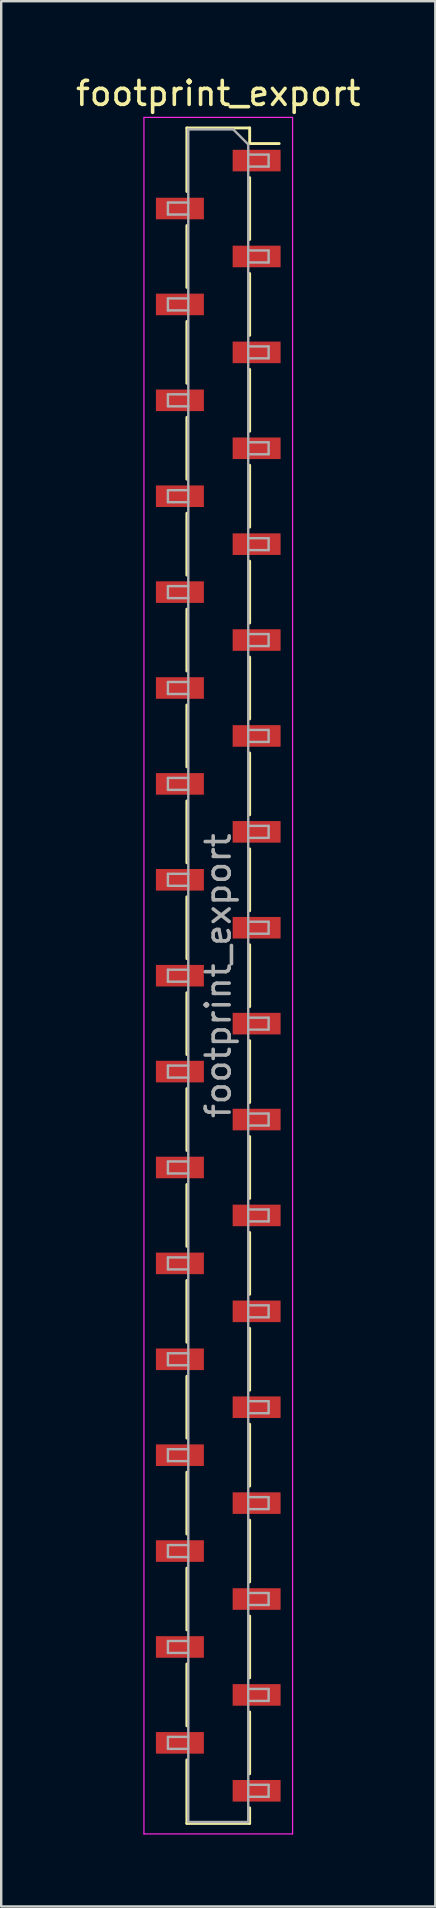
<source format=kicad_pcb>
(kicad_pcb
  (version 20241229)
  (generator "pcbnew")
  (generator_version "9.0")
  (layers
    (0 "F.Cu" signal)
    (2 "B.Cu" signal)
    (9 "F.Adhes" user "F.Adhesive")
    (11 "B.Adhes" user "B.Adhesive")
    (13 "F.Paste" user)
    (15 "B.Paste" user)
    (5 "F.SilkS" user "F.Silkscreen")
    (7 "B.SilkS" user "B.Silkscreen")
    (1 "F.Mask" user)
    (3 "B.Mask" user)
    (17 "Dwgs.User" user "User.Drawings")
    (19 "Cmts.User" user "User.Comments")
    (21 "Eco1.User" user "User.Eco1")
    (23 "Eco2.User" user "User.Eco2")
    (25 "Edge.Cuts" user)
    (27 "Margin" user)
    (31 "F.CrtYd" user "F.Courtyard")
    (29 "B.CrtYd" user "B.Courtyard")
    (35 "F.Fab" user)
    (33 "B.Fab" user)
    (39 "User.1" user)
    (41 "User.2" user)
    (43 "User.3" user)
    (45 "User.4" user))
  (footprint "footprint_export"
    (layer "F.Cu")
    (at 6.054 37.648)
    (property "Reference" "footprint_export" (at 0 -36.8 0) (layer "F.SilkS") (effects (font (size 1 1) (thickness 0.15))))
    (attr smd)
    (fp_line (start -1.31 -35.36) (end -1.31 -32.71) (stroke (width 0.12) (type solid)) (layer "F.SilkS"))
    (fp_line (start -1.31 -35.36) (end 1.31 -35.36) (stroke (width 0.12) (type solid)) (layer "F.SilkS"))
    (fp_line (start -1.31 -31.29) (end -1.31 -28.71) (stroke (width 0.12) (type solid)) (layer "F.SilkS"))
    (fp_line (start -1.31 -27.29) (end -1.31 -24.71) (stroke (width 0.12) (type solid)) (layer "F.SilkS"))
    (fp_line (start -1.31 -23.29) (end -1.31 -20.71) (stroke (width 0.12) (type solid)) (layer "F.SilkS"))
    (fp_line (start -1.31 -19.29) (end -1.31 -16.71) (stroke (width 0.12) (type solid)) (layer "F.SilkS"))
    (fp_line (start -1.31 -15.29) (end -1.31 -12.71) (stroke (width 0.12) (type solid)) (layer "F.SilkS"))
    (fp_line (start -1.31 -11.29) (end -1.31 -8.71) (stroke (width 0.12) (type solid)) (layer "F.SilkS"))
    (fp_line (start -1.31 -7.29) (end -1.31 -4.71) (stroke (width 0.12) (type solid)) (layer "F.SilkS"))
    (fp_line (start -1.31 -3.29) (end -1.31 -0.71) (stroke (width 0.12) (type solid)) (layer "F.SilkS"))
    (fp_line (start -1.31 0.71) (end -1.31 3.29) (stroke (width 0.12) (type solid)) (layer "F.SilkS"))
    (fp_line (start -1.31 4.71) (end -1.31 7.29) (stroke (width 0.12) (type solid)) (layer "F.SilkS"))
    (fp_line (start -1.31 8.71) (end -1.31 11.29) (stroke (width 0.12) (type solid)) (layer "F.SilkS"))
    (fp_line (start -1.31 12.71) (end -1.31 15.29) (stroke (width 0.12) (type solid)) (layer "F.SilkS"))
    (fp_line (start -1.31 16.71) (end -1.31 19.29) (stroke (width 0.12) (type solid)) (layer "F.SilkS"))
    (fp_line (start -1.31 20.71) (end -1.31 23.29) (stroke (width 0.12) (type solid)) (layer "F.SilkS"))
    (fp_line (start -1.31 24.71) (end -1.31 27.29) (stroke (width 0.12) (type solid)) (layer "F.SilkS"))
    (fp_line (start -1.31 28.71) (end -1.31 31.29) (stroke (width 0.12) (type solid)) (layer "F.SilkS"))
    (fp_line (start -1.31 32.71) (end -1.31 35.36) (stroke (width 0.12) (type solid)) (layer "F.SilkS"))
    (fp_line (start -1.31 35.36) (end 1.31 35.36) (stroke (width 0.12) (type solid)) (layer "F.SilkS"))
    (fp_line (start 1.31 -35.36) (end 1.31 -34.71) (stroke (width 0.12) (type solid)) (layer "F.SilkS"))
    (fp_line (start 1.31 -34.71) (end 2.54 -34.71) (stroke (width 0.12) (type solid)) (layer "F.SilkS"))
    (fp_line (start 1.31 -33.29) (end 1.31 -30.71) (stroke (width 0.12) (type solid)) (layer "F.SilkS"))
    (fp_line (start 1.31 -29.29) (end 1.31 -26.71) (stroke (width 0.12) (type solid)) (layer "F.SilkS"))
    (fp_line (start 1.31 -25.29) (end 1.31 -22.71) (stroke (width 0.12) (type solid)) (layer "F.SilkS"))
    (fp_line (start 1.31 -21.29) (end 1.31 -18.71) (stroke (width 0.12) (type solid)) (layer "F.SilkS"))
    (fp_line (start 1.31 -17.29) (end 1.31 -14.71) (stroke (width 0.12) (type solid)) (layer "F.SilkS"))
    (fp_line (start 1.31 -13.29) (end 1.31 -10.71) (stroke (width 0.12) (type solid)) (layer "F.SilkS"))
    (fp_line (start 1.31 -9.29) (end 1.31 -6.71) (stroke (width 0.12) (type solid)) (layer "F.SilkS"))
    (fp_line (start 1.31 -5.29) (end 1.31 -2.71) (stroke (width 0.12) (type solid)) (layer "F.SilkS"))
    (fp_line (start 1.31 -1.29) (end 1.31 1.29) (stroke (width 0.12) (type solid)) (layer "F.SilkS"))
    (fp_line (start 1.31 2.71) (end 1.31 5.29) (stroke (width 0.12) (type solid)) (layer "F.SilkS"))
    (fp_line (start 1.31 6.71) (end 1.31 9.29) (stroke (width 0.12) (type solid)) (layer "F.SilkS"))
    (fp_line (start 1.31 10.71) (end 1.31 13.29) (stroke (width 0.12) (type solid)) (layer "F.SilkS"))
    (fp_line (start 1.31 14.71) (end 1.31 17.29) (stroke (width 0.12) (type solid)) (layer "F.SilkS"))
    (fp_line (start 1.31 18.71) (end 1.31 21.29) (stroke (width 0.12) (type solid)) (layer "F.SilkS"))
    (fp_line (start 1.31 22.71) (end 1.31 25.29) (stroke (width 0.12) (type solid)) (layer "F.SilkS"))
    (fp_line (start 1.31 26.71) (end 1.31 29.29) (stroke (width 0.12) (type solid)) (layer "F.SilkS"))
    (fp_line (start 1.31 30.71) (end 1.31 33.29) (stroke (width 0.12) (type solid)) (layer "F.SilkS"))
    (fp_line (start 1.31 34.71) (end 1.31 35.36) (stroke (width 0.12) (type solid)) (layer "F.SilkS"))
    (fp_line (start -3.1 -35.8) (end 3.1 -35.8) (stroke (width 0.05) (type solid)) (layer "F.CrtYd"))
    (fp_line (start -3.1 35.8) (end -3.1 -35.8) (stroke (width 0.05) (type solid)) (layer "F.CrtYd"))
    (fp_line (start 3.1 -35.8) (end 3.1 35.8) (stroke (width 0.05) (type solid)) (layer "F.CrtYd"))
    (fp_line (start 3.1 35.8) (end -3.1 35.8) (stroke (width 0.05) (type solid)) (layer "F.CrtYd"))
    (fp_line (start -2.1 -32.25) (end -1.25 -32.25) (stroke (width 0.1) (type solid)) (layer "F.Fab"))
    (fp_line (start -2.1 -31.75) (end -2.1 -32.25) (stroke (width 0.1) (type solid)) (layer "F.Fab"))
    (fp_line (start -2.1 -28.25) (end -1.25 -28.25) (stroke (width 0.1) (type solid)) (layer "F.Fab"))
    (fp_line (start -2.1 -27.75) (end -2.1 -28.25) (stroke (width 0.1) (type solid)) (layer "F.Fab"))
    (fp_line (start -2.1 -24.25) (end -1.25 -24.25) (stroke (width 0.1) (type solid)) (layer "F.Fab"))
    (fp_line (start -2.1 -23.75) (end -2.1 -24.25) (stroke (width 0.1) (type solid)) (layer "F.Fab"))
    (fp_line (start -2.1 -20.25) (end -1.25 -20.25) (stroke (width 0.1) (type solid)) (layer "F.Fab"))
    (fp_line (start -2.1 -19.75) (end -2.1 -20.25) (stroke (width 0.1) (type solid)) (layer "F.Fab"))
    (fp_line (start -2.1 -16.25) (end -1.25 -16.25) (stroke (width 0.1) (type solid)) (layer "F.Fab"))
    (fp_line (start -2.1 -15.75) (end -2.1 -16.25) (stroke (width 0.1) (type solid)) (layer "F.Fab"))
    (fp_line (start -2.1 -12.25) (end -1.25 -12.25) (stroke (width 0.1) (type solid)) (layer "F.Fab"))
    (fp_line (start -2.1 -11.75) (end -2.1 -12.25) (stroke (width 0.1) (type solid)) (layer "F.Fab"))
    (fp_line (start -2.1 -8.25) (end -1.25 -8.25) (stroke (width 0.1) (type solid)) (layer "F.Fab"))
    (fp_line (start -2.1 -7.75) (end -2.1 -8.25) (stroke (width 0.1) (type solid)) (layer "F.Fab"))
    (fp_line (start -2.1 -4.25) (end -1.25 -4.25) (stroke (width 0.1) (type solid)) (layer "F.Fab"))
    (fp_line (start -2.1 -3.75) (end -2.1 -4.25) (stroke (width 0.1) (type solid)) (layer "F.Fab"))
    (fp_line (start -2.1 -0.25) (end -1.25 -0.25) (stroke (width 0.1) (type solid)) (layer "F.Fab"))
    (fp_line (start -2.1 0.25) (end -2.1 -0.25) (stroke (width 0.1) (type solid)) (layer "F.Fab"))
    (fp_line (start -2.1 3.75) (end -1.25 3.75) (stroke (width 0.1) (type solid)) (layer "F.Fab"))
    (fp_line (start -2.1 4.25) (end -2.1 3.75) (stroke (width 0.1) (type solid)) (layer "F.Fab"))
    (fp_line (start -2.1 7.75) (end -1.25 7.75) (stroke (width 0.1) (type solid)) (layer "F.Fab"))
    (fp_line (start -2.1 8.25) (end -2.1 7.75) (stroke (width 0.1) (type solid)) (layer "F.Fab"))
    (fp_line (start -2.1 11.75) (end -1.25 11.75) (stroke (width 0.1) (type solid)) (layer "F.Fab"))
    (fp_line (start -2.1 12.25) (end -2.1 11.75) (stroke (width 0.1) (type solid)) (layer "F.Fab"))
    (fp_line (start -2.1 15.75) (end -1.25 15.75) (stroke (width 0.1) (type solid)) (layer "F.Fab"))
    (fp_line (start -2.1 16.25) (end -2.1 15.75) (stroke (width 0.1) (type solid)) (layer "F.Fab"))
    (fp_line (start -2.1 19.75) (end -1.25 19.75) (stroke (width 0.1) (type solid)) (layer "F.Fab"))
    (fp_line (start -2.1 20.25) (end -2.1 19.75) (stroke (width 0.1) (type solid)) (layer "F.Fab"))
    (fp_line (start -2.1 23.75) (end -1.25 23.75) (stroke (width 0.1) (type solid)) (layer "F.Fab"))
    (fp_line (start -2.1 24.25) (end -2.1 23.75) (stroke (width 0.1) (type solid)) (layer "F.Fab"))
    (fp_line (start -2.1 27.75) (end -1.25 27.75) (stroke (width 0.1) (type solid)) (layer "F.Fab"))
    (fp_line (start -2.1 28.25) (end -2.1 27.75) (stroke (width 0.1) (type solid)) (layer "F.Fab"))
    (fp_line (start -2.1 31.75) (end -1.25 31.75) (stroke (width 0.1) (type solid)) (layer "F.Fab"))
    (fp_line (start -2.1 32.25) (end -2.1 31.75) (stroke (width 0.1) (type solid)) (layer "F.Fab"))
    (fp_line (start -1.25 -35.3) (end 0.625 -35.3) (stroke (width 0.1) (type solid)) (layer "F.Fab"))
    (fp_line (start -1.25 -31.75) (end -2.1 -31.75) (stroke (width 0.1) (type solid)) (layer "F.Fab"))
    (fp_line (start -1.25 -27.75) (end -2.1 -27.75) (stroke (width 0.1) (type solid)) (layer "F.Fab"))
    (fp_line (start -1.25 -23.75) (end -2.1 -23.75) (stroke (width 0.1) (type solid)) (layer "F.Fab"))
    (fp_line (start -1.25 -19.75) (end -2.1 -19.75) (stroke (width 0.1) (type solid)) (layer "F.Fab"))
    (fp_line (start -1.25 -15.75) (end -2.1 -15.75) (stroke (width 0.1) (type solid)) (layer "F.Fab"))
    (fp_line (start -1.25 -11.75) (end -2.1 -11.75) (stroke (width 0.1) (type solid)) (layer "F.Fab"))
    (fp_line (start -1.25 -7.75) (end -2.1 -7.75) (stroke (width 0.1) (type solid)) (layer "F.Fab"))
    (fp_line (start -1.25 -3.75) (end -2.1 -3.75) (stroke (width 0.1) (type solid)) (layer "F.Fab"))
    (fp_line (start -1.25 0.25) (end -2.1 0.25) (stroke (width 0.1) (type solid)) (layer "F.Fab"))
    (fp_line (start -1.25 4.25) (end -2.1 4.25) (stroke (width 0.1) (type solid)) (layer "F.Fab"))
    (fp_line (start -1.25 8.25) (end -2.1 8.25) (stroke (width 0.1) (type solid)) (layer "F.Fab"))
    (fp_line (start -1.25 12.25) (end -2.1 12.25) (stroke (width 0.1) (type solid)) (layer "F.Fab"))
    (fp_line (start -1.25 16.25) (end -2.1 16.25) (stroke (width 0.1) (type solid)) (layer "F.Fab"))
    (fp_line (start -1.25 20.25) (end -2.1 20.25) (stroke (width 0.1) (type solid)) (layer "F.Fab"))
    (fp_line (start -1.25 24.25) (end -2.1 24.25) (stroke (width 0.1) (type solid)) (layer "F.Fab"))
    (fp_line (start -1.25 28.25) (end -2.1 28.25) (stroke (width 0.1) (type solid)) (layer "F.Fab"))
    (fp_line (start -1.25 32.25) (end -2.1 32.25) (stroke (width 0.1) (type solid)) (layer "F.Fab"))
    (fp_line (start -1.25 35.3) (end -1.25 -35.3) (stroke (width 0.1) (type solid)) (layer "F.Fab"))
    (fp_line (start 0.625 -35.3) (end 1.25 -34.675) (stroke (width 0.1) (type solid)) (layer "F.Fab"))
    (fp_line (start 1.25 -34.675) (end 1.25 35.3) (stroke (width 0.1) (type solid)) (layer "F.Fab"))
    (fp_line (start 1.25 -34.25) (end 2.1 -34.25) (stroke (width 0.1) (type solid)) (layer "F.Fab"))
    (fp_line (start 1.25 -30.25) (end 2.1 -30.25) (stroke (width 0.1) (type solid)) (layer "F.Fab"))
    (fp_line (start 1.25 -26.25) (end 2.1 -26.25) (stroke (width 0.1) (type solid)) (layer "F.Fab"))
    (fp_line (start 1.25 -22.25) (end 2.1 -22.25) (stroke (width 0.1) (type solid)) (layer "F.Fab"))
    (fp_line (start 1.25 -18.25) (end 2.1 -18.25) (stroke (width 0.1) (type solid)) (layer "F.Fab"))
    (fp_line (start 1.25 -14.25) (end 2.1 -14.25) (stroke (width 0.1) (type solid)) (layer "F.Fab"))
    (fp_line (start 1.25 -10.25) (end 2.1 -10.25) (stroke (width 0.1) (type solid)) (layer "F.Fab"))
    (fp_line (start 1.25 -6.25) (end 2.1 -6.25) (stroke (width 0.1) (type solid)) (layer "F.Fab"))
    (fp_line (start 1.25 -2.25) (end 2.1 -2.25) (stroke (width 0.1) (type solid)) (layer "F.Fab"))
    (fp_line (start 1.25 1.75) (end 2.1 1.75) (stroke (width 0.1) (type solid)) (layer "F.Fab"))
    (fp_line (start 1.25 5.75) (end 2.1 5.75) (stroke (width 0.1) (type solid)) (layer "F.Fab"))
    (fp_line (start 1.25 9.75) (end 2.1 9.75) (stroke (width 0.1) (type solid)) (layer "F.Fab"))
    (fp_line (start 1.25 13.75) (end 2.1 13.75) (stroke (width 0.1) (type solid)) (layer "F.Fab"))
    (fp_line (start 1.25 17.75) (end 2.1 17.75) (stroke (width 0.1) (type solid)) (layer "F.Fab"))
    (fp_line (start 1.25 21.75) (end 2.1 21.75) (stroke (width 0.1) (type solid)) (layer "F.Fab"))
    (fp_line (start 1.25 25.75) (end 2.1 25.75) (stroke (width 0.1) (type solid)) (layer "F.Fab"))
    (fp_line (start 1.25 29.75) (end 2.1 29.75) (stroke (width 0.1) (type solid)) (layer "F.Fab"))
    (fp_line (start 1.25 33.75) (end 2.1 33.75) (stroke (width 0.1) (type solid)) (layer "F.Fab"))
    (fp_line (start 1.25 35.3) (end -1.25 35.3) (stroke (width 0.1) (type solid)) (layer "F.Fab"))
    (fp_line (start 2.1 -34.25) (end 2.1 -33.75) (stroke (width 0.1) (type solid)) (layer "F.Fab"))
    (fp_line (start 2.1 -33.75) (end 1.25 -33.75) (stroke (width 0.1) (type solid)) (layer "F.Fab"))
    (fp_line (start 2.1 -30.25) (end 2.1 -29.75) (stroke (width 0.1) (type solid)) (layer "F.Fab"))
    (fp_line (start 2.1 -29.75) (end 1.25 -29.75) (stroke (width 0.1) (type solid)) (layer "F.Fab"))
    (fp_line (start 2.1 -26.25) (end 2.1 -25.75) (stroke (width 0.1) (type solid)) (layer "F.Fab"))
    (fp_line (start 2.1 -25.75) (end 1.25 -25.75) (stroke (width 0.1) (type solid)) (layer "F.Fab"))
    (fp_line (start 2.1 -22.25) (end 2.1 -21.75) (stroke (width 0.1) (type solid)) (layer "F.Fab"))
    (fp_line (start 2.1 -21.75) (end 1.25 -21.75) (stroke (width 0.1) (type solid)) (layer "F.Fab"))
    (fp_line (start 2.1 -18.25) (end 2.1 -17.75) (stroke (width 0.1) (type solid)) (layer "F.Fab"))
    (fp_line (start 2.1 -17.75) (end 1.25 -17.75) (stroke (width 0.1) (type solid)) (layer "F.Fab"))
    (fp_line (start 2.1 -14.25) (end 2.1 -13.75) (stroke (width 0.1) (type solid)) (layer "F.Fab"))
    (fp_line (start 2.1 -13.75) (end 1.25 -13.75) (stroke (width 0.1) (type solid)) (layer "F.Fab"))
    (fp_line (start 2.1 -10.25) (end 2.1 -9.75) (stroke (width 0.1) (type solid)) (layer "F.Fab"))
    (fp_line (start 2.1 -9.75) (end 1.25 -9.75) (stroke (width 0.1) (type solid)) (layer "F.Fab"))
    (fp_line (start 2.1 -6.25) (end 2.1 -5.75) (stroke (width 0.1) (type solid)) (layer "F.Fab"))
    (fp_line (start 2.1 -5.75) (end 1.25 -5.75) (stroke (width 0.1) (type solid)) (layer "F.Fab"))
    (fp_line (start 2.1 -2.25) (end 2.1 -1.75) (stroke (width 0.1) (type solid)) (layer "F.Fab"))
    (fp_line (start 2.1 -1.75) (end 1.25 -1.75) (stroke (width 0.1) (type solid)) (layer "F.Fab"))
    (fp_line (start 2.1 1.75) (end 2.1 2.25) (stroke (width 0.1) (type solid)) (layer "F.Fab"))
    (fp_line (start 2.1 2.25) (end 1.25 2.25) (stroke (width 0.1) (type solid)) (layer "F.Fab"))
    (fp_line (start 2.1 5.75) (end 2.1 6.25) (stroke (width 0.1) (type solid)) (layer "F.Fab"))
    (fp_line (start 2.1 6.25) (end 1.25 6.25) (stroke (width 0.1) (type solid)) (layer "F.Fab"))
    (fp_line (start 2.1 9.75) (end 2.1 10.25) (stroke (width 0.1) (type solid)) (layer "F.Fab"))
    (fp_line (start 2.1 10.25) (end 1.25 10.25) (stroke (width 0.1) (type solid)) (layer "F.Fab"))
    (fp_line (start 2.1 13.75) (end 2.1 14.25) (stroke (width 0.1) (type solid)) (layer "F.Fab"))
    (fp_line (start 2.1 14.25) (end 1.25 14.25) (stroke (width 0.1) (type solid)) (layer "F.Fab"))
    (fp_line (start 2.1 17.75) (end 2.1 18.25) (stroke (width 0.1) (type solid)) (layer "F.Fab"))
    (fp_line (start 2.1 18.25) (end 1.25 18.25) (stroke (width 0.1) (type solid)) (layer "F.Fab"))
    (fp_line (start 2.1 21.75) (end 2.1 22.25) (stroke (width 0.1) (type solid)) (layer "F.Fab"))
    (fp_line (start 2.1 22.25) (end 1.25 22.25) (stroke (width 0.1) (type solid)) (layer "F.Fab"))
    (fp_line (start 2.1 25.75) (end 2.1 26.25) (stroke (width 0.1) (type solid)) (layer "F.Fab"))
    (fp_line (start 2.1 26.25) (end 1.25 26.25) (stroke (width 0.1) (type solid)) (layer "F.Fab"))
    (fp_line (start 2.1 29.75) (end 2.1 30.25) (stroke (width 0.1) (type solid)) (layer "F.Fab"))
    (fp_line (start 2.1 30.25) (end 1.25 30.25) (stroke (width 0.1) (type solid)) (layer "F.Fab"))
    (fp_line (start 2.1 33.75) (end 2.1 34.25) (stroke (width 0.1) (type solid)) (layer "F.Fab"))
    (fp_line (start 2.1 34.25) (end 1.25 34.25) (stroke (width 0.1) (type solid)) (layer "F.Fab"))
    (fp_text user "${REFERENCE}" (at 0 0 90) (layer "F.Fab") (effects (font (size 1 1) (thickness 0.15))))
    (pad "1" smd rect (at 1.6 -34) (size 2 0.9) (layers "F.Cu" "F.Mask" "F.Paste"))
    (pad "2" smd rect (at -1.6 -32) (size 2 0.9) (layers "F.Cu" "F.Mask" "F.Paste"))
    (pad "3" smd rect (at 1.6 -30) (size 2 0.9) (layers "F.Cu" "F.Mask" "F.Paste"))
    (pad "4" smd rect (at -1.6 -28) (size 2 0.9) (layers "F.Cu" "F.Mask" "F.Paste"))
    (pad "5" smd rect (at 1.6 -26) (size 2 0.9) (layers "F.Cu" "F.Mask" "F.Paste"))
    (pad "6" smd rect (at -1.6 -24) (size 2 0.9) (layers "F.Cu" "F.Mask" "F.Paste"))
    (pad "7" smd rect (at 1.6 -22) (size 2 0.9) (layers "F.Cu" "F.Mask" "F.Paste"))
    (pad "8" smd rect (at -1.6 -20) (size 2 0.9) (layers "F.Cu" "F.Mask" "F.Paste"))
    (pad "9" smd rect (at 1.6 -18) (size 2 0.9) (layers "F.Cu" "F.Mask" "F.Paste"))
    (pad "10" smd rect (at -1.6 -16) (size 2 0.9) (layers "F.Cu" "F.Mask" "F.Paste"))
    (pad "11" smd rect (at 1.6 -14) (size 2 0.9) (layers "F.Cu" "F.Mask" "F.Paste"))
    (pad "12" smd rect (at -1.6 -12) (size 2 0.9) (layers "F.Cu" "F.Mask" "F.Paste"))
    (pad "13" smd rect (at 1.6 -10) (size 2 0.9) (layers "F.Cu" "F.Mask" "F.Paste"))
    (pad "14" smd rect (at -1.6 -8) (size 2 0.9) (layers "F.Cu" "F.Mask" "F.Paste"))
    (pad "15" smd rect (at 1.6 -6) (size 2 0.9) (layers "F.Cu" "F.Mask" "F.Paste"))
    (pad "16" smd rect (at -1.6 -4) (size 2 0.9) (layers "F.Cu" "F.Mask" "F.Paste"))
    (pad "17" smd rect (at 1.6 -2) (size 2 0.9) (layers "F.Cu" "F.Mask" "F.Paste"))
    (pad "18" smd rect (at -1.6 0) (size 2 0.9) (layers "F.Cu" "F.Mask" "F.Paste"))
    (pad "19" smd rect (at 1.6 2) (size 2 0.9) (layers "F.Cu" "F.Mask" "F.Paste"))
    (pad "20" smd rect (at -1.6 4) (size 2 0.9) (layers "F.Cu" "F.Mask" "F.Paste"))
    (pad "21" smd rect (at 1.6 6) (size 2 0.9) (layers "F.Cu" "F.Mask" "F.Paste"))
    (pad "22" smd rect (at -1.6 8) (size 2 0.9) (layers "F.Cu" "F.Mask" "F.Paste"))
    (pad "23" smd rect (at 1.6 10) (size 2 0.9) (layers "F.Cu" "F.Mask" "F.Paste"))
    (pad "24" smd rect (at -1.6 12) (size 2 0.9) (layers "F.Cu" "F.Mask" "F.Paste"))
    (pad "25" smd rect (at 1.6 14) (size 2 0.9) (layers "F.Cu" "F.Mask" "F.Paste"))
    (pad "26" smd rect (at -1.6 16) (size 2 0.9) (layers "F.Cu" "F.Mask" "F.Paste"))
    (pad "27" smd rect (at 1.6 18) (size 2 0.9) (layers "F.Cu" "F.Mask" "F.Paste"))
    (pad "28" smd rect (at -1.6 20) (size 2 0.9) (layers "F.Cu" "F.Mask" "F.Paste"))
    (pad "29" smd rect (at 1.6 22) (size 2 0.9) (layers "F.Cu" "F.Mask" "F.Paste"))
    (pad "30" smd rect (at -1.6 24) (size 2 0.9) (layers "F.Cu" "F.Mask" "F.Paste"))
    (pad "31" smd rect (at 1.6 26) (size 2 0.9) (layers "F.Cu" "F.Mask" "F.Paste"))
    (pad "32" smd rect (at -1.6 28) (size 2 0.9) (layers "F.Cu" "F.Mask" "F.Paste"))
    (pad "33" smd rect (at 1.6 30) (size 2 0.9) (layers "F.Cu" "F.Mask" "F.Paste"))
    (pad "34" smd rect (at -1.6 32) (size 2 0.9) (layers "F.Cu" "F.Mask" "F.Paste"))
    (pad "35" smd rect (at 1.6 34) (size 2 0.9) (layers "F.Cu" "F.Mask" "F.Paste")))
  (gr_rect
    (start -3 -3)
    (end 15.107 76.473)
    (stroke (width 0.1) (type default))
    (fill no)
    (layer "Edge.Cuts")))
</source>
